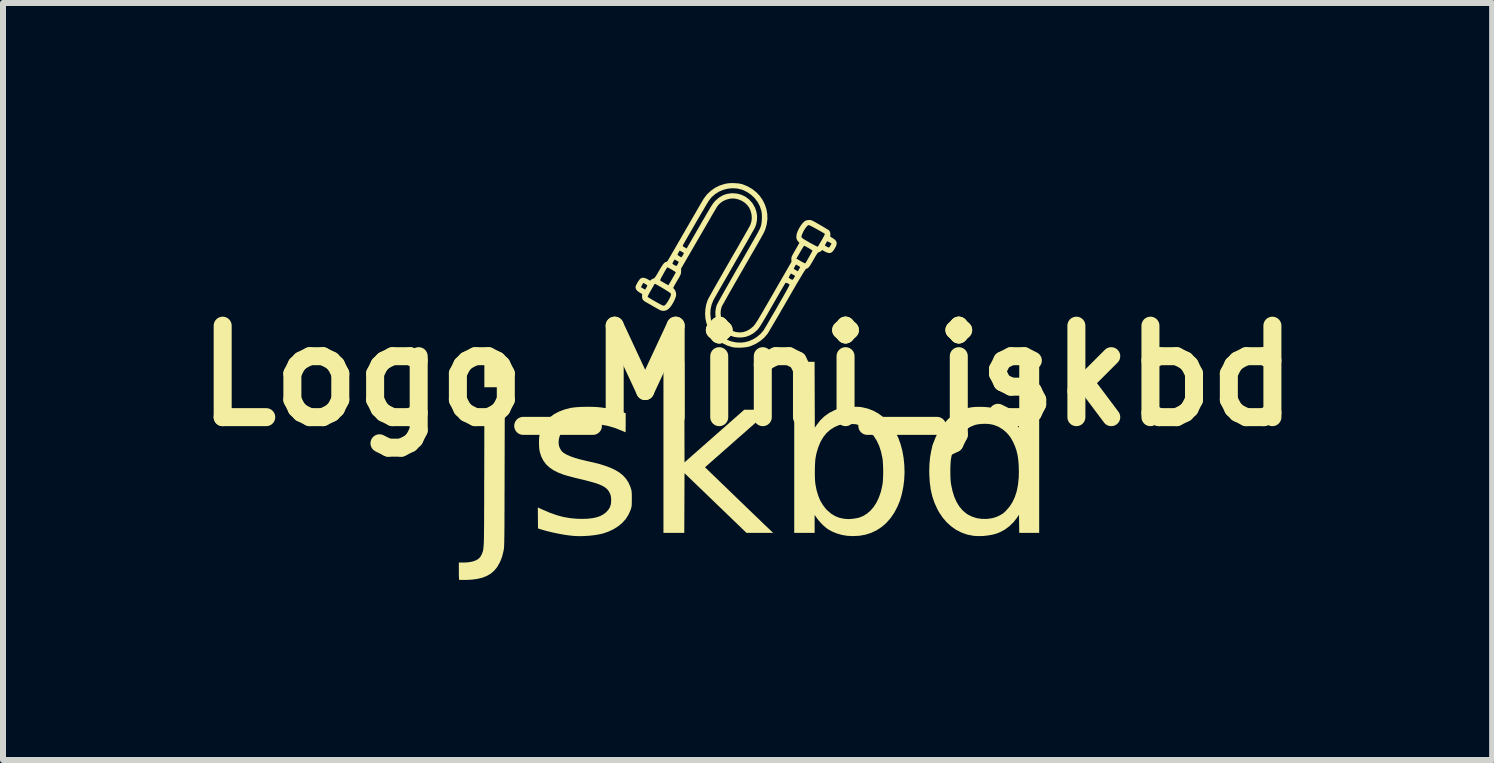
<source format=kicad_pcb>
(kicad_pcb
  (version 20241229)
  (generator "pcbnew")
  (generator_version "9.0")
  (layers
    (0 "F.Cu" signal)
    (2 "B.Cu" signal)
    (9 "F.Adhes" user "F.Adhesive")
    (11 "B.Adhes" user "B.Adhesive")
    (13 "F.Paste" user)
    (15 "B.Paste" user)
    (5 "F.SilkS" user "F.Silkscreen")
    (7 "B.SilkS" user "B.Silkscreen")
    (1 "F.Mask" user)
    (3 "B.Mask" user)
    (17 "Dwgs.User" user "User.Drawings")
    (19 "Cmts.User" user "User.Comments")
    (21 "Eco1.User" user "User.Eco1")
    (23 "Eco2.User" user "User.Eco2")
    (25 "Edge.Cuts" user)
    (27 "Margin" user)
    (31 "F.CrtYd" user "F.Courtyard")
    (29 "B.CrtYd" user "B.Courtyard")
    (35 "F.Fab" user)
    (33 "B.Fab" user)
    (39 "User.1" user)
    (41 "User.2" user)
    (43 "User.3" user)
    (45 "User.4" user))
  (footprint "Logo_Mini_jskbd"
    (layer "F.Cu")
    (at 9.405 3.211)
    (property "Reference" "Logo_Mini_jskbd" (at 0 0 0) (layer "F.SilkS") (effects (font (size 1.524 1.524) (thickness 0.3))))
    (attr board_only exclude_from_pos_files exclude_from_bom)
    (fp_poly (pts (xy -4.046 0.191) (xy -4.385 0.191) (xy -4.385 -0.233) (xy -4.046 -0.233)) (stroke (width 0) (type solid)) (fill yes) (layer "F.SilkS"))
    (fp_poly (pts (xy -1.05 1.442) (xy -0.553 1.004) (xy -0.055 0.566) (xy 0.162 0.566) (xy 0.222 0.566) (xy 0.271 0.566) (xy 0.307 0.566) (xy 0.334 0.567) (xy 0.352 0.568) (xy 0.363 0.569) (xy 0.368 0.572) (xy 0.368 0.574) (xy 0.366 0.578) (xy 0.364 0.579) (xy 0.357 0.585) (xy 0.34 0.601) (xy 0.314 0.624) (xy 0.279 0.654) (xy 0.237 0.691) (xy 0.188 0.735) (xy 0.133 0.783) (xy 0.072 0.837) (xy 0.007 0.894) (xy -0.062 0.955) (xy -0.134 1.018) (xy -0.163 1.043) (xy -0.236 1.108) (xy -0.306 1.17) (xy -0.373 1.229) (xy -0.436 1.284) (xy -0.493 1.335) (xy -0.545 1.38) (xy -0.59 1.42) (xy -0.628 1.453) (xy -0.658 1.48) (xy -0.679 1.498) (xy -0.69 1.508) (xy -0.692 1.51) (xy -0.708 1.525) (xy -0.159 2.055) (xy -0.084 2.127) (xy -0.013 2.196) (xy 0.056 2.262) (xy 0.12 2.324) (xy 0.18 2.381) (xy 0.234 2.434) (xy 0.282 2.48) (xy 0.324 2.52) (xy 0.358 2.552) (xy 0.384 2.577) (xy 0.402 2.594) (xy 0.409 2.601) (xy 0.409 2.601) (xy 0.428 2.617) (xy -0.018 2.617) (xy -0.534 2.12) (xy -1.05 1.623) (xy -1.054 2.617) (xy -1.401 2.617) (xy -1.401 -0.233) (xy -1.054 -0.233)) (stroke (width 0) (type solid)) (fill yes) (layer "F.SilkS"))
    (fp_poly (pts (xy -4.048 1.703) (xy -4.048 1.852) (xy -4.049 1.988) (xy -4.049 2.112) (xy -4.049 2.223) (xy -4.05 2.322) (xy -4.05 2.411) (xy -4.05 2.49) (xy -4.051 2.559) (xy -4.051 2.62) (xy -4.052 2.672) (xy -4.053 2.717) (xy -4.053 2.755) (xy -4.054 2.788) (xy -4.055 2.815) (xy -4.056 2.837) (xy -4.057 2.855) (xy -4.058 2.87) (xy -4.059 2.882) (xy -4.061 2.892) (xy -4.062 2.9) (xy -4.074 2.953) (xy -4.085 2.996) (xy -4.096 3.033) (xy -4.11 3.07) (xy -4.127 3.108) (xy -4.133 3.119) (xy -4.172 3.188) (xy -4.22 3.246) (xy -4.276 3.295) (xy -4.342 3.334) (xy -4.418 3.364) (xy -4.505 3.385) (xy -4.583 3.395) (xy -4.62 3.398) (xy -4.66 3.4) (xy -4.7 3.402) (xy -4.737 3.402) (xy -4.768 3.402) (xy -4.792 3.4) (xy -4.804 3.398) (xy -4.805 3.398) (xy -4.807 3.389) (xy -4.808 3.369) (xy -4.809 3.339) (xy -4.81 3.302) (xy -4.81 3.259) (xy -4.81 3.253) (xy -4.81 3.112) (xy -4.737 3.112) (xy -4.658 3.108) (xy -4.59 3.097) (xy -4.534 3.079) (xy -4.489 3.054) (xy -4.455 3.021) (xy -4.431 2.98) (xy -4.427 2.971) (xy -4.422 2.958) (xy -4.418 2.947) (xy -4.414 2.936) (xy -4.41 2.925) (xy -4.407 2.913) (xy -4.404 2.899) (xy -4.402 2.883) (xy -4.4 2.864) (xy -4.398 2.841) (xy -4.396 2.814) (xy -4.394 2.782) (xy -4.393 2.744) (xy -4.392 2.699) (xy -4.391 2.648) (xy -4.391 2.589) (xy -4.39 2.522) (xy -4.389 2.445) (xy -4.389 2.358) (xy -4.389 2.262) (xy -4.388 2.153) (xy -4.388 2.034) (xy -4.388 1.901) (xy -4.388 1.755) (xy -4.387 1.699) (xy -4.385 0.566) (xy -4.045 0.566)) (stroke (width 0) (type solid)) (fill yes) (layer "F.SilkS"))
    (fp_poly (pts (xy 1.121 0.864) (xy 1.156 0.814) (xy 1.216 0.737) (xy 1.286 0.671) (xy 1.365 0.616) (xy 1.452 0.572) (xy 1.546 0.54) (xy 1.549 0.539) (xy 1.594 0.53) (xy 1.649 0.523) (xy 1.709 0.519) (xy 1.77 0.517) (xy 1.829 0.517) (xy 1.88 0.52) (xy 1.901 0.523) (xy 2.001 0.546) (xy 2.095 0.582) (xy 2.183 0.63) (xy 2.264 0.691) (xy 2.339 0.764) (xy 2.408 0.85) (xy 2.463 0.937) (xy 2.511 1.032) (xy 2.549 1.137) (xy 2.579 1.249) (xy 2.6 1.366) (xy 2.612 1.487) (xy 2.616 1.61) (xy 2.61 1.733) (xy 2.595 1.853) (xy 2.571 1.97) (xy 2.539 2.081) (xy 2.499 2.178) (xy 2.445 2.281) (xy 2.383 2.372) (xy 2.313 2.451) (xy 2.235 2.519) (xy 2.151 2.574) (xy 2.06 2.617) (xy 1.963 2.648) (xy 1.86 2.666) (xy 1.751 2.671) (xy 1.659 2.666) (xy 1.574 2.652) (xy 1.49 2.628) (xy 1.411 2.596) (xy 1.342 2.558) (xy 1.34 2.557) (xy 1.302 2.528) (xy 1.26 2.491) (xy 1.218 2.448) (xy 1.18 2.405) (xy 1.154 2.37) (xy 1.118 2.318) (xy 1.118 2.617) (xy 0.778 2.617) (xy 0.778 1.618) (xy 1.121 1.618) (xy 1.122 1.677) (xy 1.124 1.73) (xy 1.127 1.775) (xy 1.131 1.807) (xy 1.151 1.909) (xy 1.178 1.998) (xy 1.211 2.078) (xy 1.252 2.148) (xy 1.3 2.212) (xy 1.329 2.242) (xy 1.391 2.296) (xy 1.455 2.336) (xy 1.524 2.364) (xy 1.599 2.381) (xy 1.623 2.383) (xy 1.651 2.386) (xy 1.675 2.387) (xy 1.699 2.387) (xy 1.728 2.385) (xy 1.765 2.381) (xy 1.778 2.38) (xy 1.854 2.365) (xy 1.925 2.337) (xy 1.99 2.297) (xy 2.05 2.245) (xy 2.103 2.183) (xy 2.15 2.109) (xy 2.189 2.026) (xy 2.221 1.934) (xy 2.244 1.833) (xy 2.251 1.792) (xy 2.255 1.748) (xy 2.258 1.695) (xy 2.26 1.634) (xy 2.26 1.571) (xy 2.258 1.508) (xy 2.255 1.449) (xy 2.251 1.398) (xy 2.247 1.369) (xy 2.224 1.264) (xy 2.193 1.168) (xy 2.153 1.082) (xy 2.105 1.006) (xy 2.049 0.942) (xy 1.986 0.888) (xy 1.915 0.846) (xy 1.857 0.822) (xy 1.833 0.815) (xy 1.813 0.81) (xy 1.792 0.806) (xy 1.767 0.805) (xy 1.734 0.804) (xy 1.691 0.803) (xy 1.691 0.803) (xy 1.647 0.804) (xy 1.615 0.805) (xy 1.59 0.806) (xy 1.568 0.81) (xy 1.548 0.815) (xy 1.525 0.822) (xy 1.524 0.822) (xy 1.446 0.856) (xy 1.376 0.901) (xy 1.313 0.957) (xy 1.26 1.025) (xy 1.214 1.104) (xy 1.177 1.195) (xy 1.147 1.297) (xy 1.134 1.365) (xy 1.129 1.4) (xy 1.126 1.446) (xy 1.123 1.5) (xy 1.122 1.559) (xy 1.121 1.618) (xy 0.778 1.618) (xy 0.778 -0.233) (xy 1.117 -0.233)) (stroke (width 0) (type solid)) (fill yes) (layer "F.SilkS"))
    (fp_poly (pts (xy 4.859 2.617) (xy 4.527 2.617) (xy 4.525 2.467) (xy 4.523 2.316) (xy 4.492 2.362) (xy 4.431 2.44) (xy 4.362 2.507) (xy 4.285 2.564) (xy 4.202 2.608) (xy 4.149 2.629) (xy 4.083 2.647) (xy 4.008 2.66) (xy 3.93 2.669) (xy 3.852 2.671) (xy 3.779 2.668) (xy 3.763 2.666) (xy 3.663 2.647) (xy 3.569 2.614) (xy 3.479 2.569) (xy 3.397 2.512) (xy 3.32 2.443) (xy 3.251 2.363) (xy 3.19 2.272) (xy 3.16 2.216) (xy 3.114 2.115) (xy 3.078 2.008) (xy 3.052 1.894) (xy 3.036 1.773) (xy 3.028 1.642) (xy 3.028 1.613) (xy 3.379 1.613) (xy 3.38 1.677) (xy 3.383 1.737) (xy 3.388 1.787) (xy 3.391 1.807) (xy 3.414 1.917) (xy 3.444 2.015) (xy 3.482 2.101) (xy 3.527 2.175) (xy 3.58 2.239) (xy 3.641 2.292) (xy 3.676 2.315) (xy 3.745 2.349) (xy 3.82 2.372) (xy 3.902 2.384) (xy 3.986 2.385) (xy 4.071 2.374) (xy 4.078 2.372) (xy 4.12 2.361) (xy 4.166 2.343) (xy 4.211 2.321) (xy 4.247 2.3) (xy 4.263 2.288) (xy 4.284 2.269) (xy 4.306 2.249) (xy 4.306 2.248) (xy 4.365 2.181) (xy 4.414 2.105) (xy 4.454 2.019) (xy 4.485 1.923) (xy 4.506 1.817) (xy 4.518 1.701) (xy 4.521 1.599) (xy 4.518 1.496) (xy 4.511 1.404) (xy 4.499 1.322) (xy 4.481 1.246) (xy 4.456 1.174) (xy 4.427 1.108) (xy 4.401 1.06) (xy 4.376 1.019) (xy 4.348 0.983) (xy 4.313 0.945) (xy 4.304 0.936) (xy 4.245 0.888) (xy 4.178 0.848) (xy 4.105 0.82) (xy 4.06 0.809) (xy 4.007 0.802) (xy 3.947 0.8) (xy 3.887 0.803) (xy 3.83 0.81) (xy 3.788 0.82) (xy 3.712 0.851) (xy 3.643 0.895) (xy 3.581 0.949) (xy 3.526 1.015) (xy 3.48 1.092) (xy 3.441 1.179) (xy 3.411 1.277) (xy 3.391 1.377) (xy 3.385 1.425) (xy 3.381 1.483) (xy 3.379 1.547) (xy 3.379 1.613) (xy 3.028 1.613) (xy 3.027 1.593) (xy 3.031 1.465) (xy 3.043 1.347) (xy 3.063 1.237) (xy 3.092 1.133) (xy 3.13 1.033) (xy 3.155 0.98) (xy 3.208 0.886) (xy 3.27 0.8) (xy 3.339 0.724) (xy 3.416 0.659) (xy 3.499 0.605) (xy 3.586 0.564) (xy 3.593 0.561) (xy 3.648 0.543) (xy 3.701 0.53) (xy 3.758 0.522) (xy 3.82 0.518) (xy 3.892 0.518) (xy 3.904 0.518) (xy 3.954 0.52) (xy 3.994 0.523) (xy 4.027 0.527) (xy 4.057 0.532) (xy 4.089 0.54) (xy 4.091 0.54) (xy 4.183 0.571) (xy 4.269 0.613) (xy 4.347 0.666) (xy 4.416 0.728) (xy 4.475 0.799) (xy 4.49 0.822) (xy 4.504 0.842) (xy 4.515 0.857) (xy 4.522 0.863) (xy 4.522 0.863) (xy 4.522 0.856) (xy 4.523 0.836) (xy 4.524 0.804) (xy 4.525 0.761) (xy 4.525 0.708) (xy 4.526 0.647) (xy 4.526 0.578) (xy 4.527 0.502) (xy 4.527 0.421) (xy 4.527 0.335) (xy 4.527 0.315) (xy 4.527 -0.233) (xy 4.859 -0.233)) (stroke (width 0) (type solid)) (fill yes) (layer "F.SilkS"))
    (fp_poly (pts (xy -2.564 0.518) (xy -2.497 0.522) (xy -2.448 0.527) (xy -2.339 0.542) (xy -2.241 0.56) (xy -2.15 0.584) (xy -2.071 0.609) (xy -2.03 0.624) (xy -2.03 0.782) (xy -2.03 0.828) (xy -2.031 0.869) (xy -2.031 0.902) (xy -2.032 0.926) (xy -2.033 0.939) (xy -2.033 0.941) (xy -2.041 0.938) (xy -2.058 0.931) (xy -2.082 0.92) (xy -2.099 0.913) (xy -2.217 0.867) (xy -2.336 0.833) (xy -2.458 0.811) (xy -2.586 0.801) (xy -2.652 0.799) (xy -2.751 0.803) (xy -2.84 0.814) (xy -2.918 0.831) (xy -2.986 0.856) (xy -3.042 0.887) (xy -3.082 0.921) (xy -3.11 0.96) (xy -3.131 1.007) (xy -3.144 1.059) (xy -3.148 1.113) (xy -3.142 1.164) (xy -3.134 1.189) (xy -3.121 1.217) (xy -3.104 1.245) (xy -3.095 1.257) (xy -3.063 1.285) (xy -3.018 1.312) (xy -2.959 1.339) (xy -2.886 1.365) (xy -2.799 1.391) (xy -2.698 1.415) (xy -2.684 1.419) (xy -2.62 1.433) (xy -2.566 1.445) (xy -2.521 1.456) (xy -2.482 1.466) (xy -2.447 1.476) (xy -2.412 1.487) (xy -2.381 1.497) (xy -2.285 1.532) (xy -2.203 1.571) (xy -2.132 1.614) (xy -2.073 1.662) (xy -2.024 1.717) (xy -1.984 1.778) (xy -1.954 1.846) (xy -1.944 1.874) (xy -1.938 1.896) (xy -1.933 1.915) (xy -1.931 1.936) (xy -1.929 1.962) (xy -1.928 1.996) (xy -1.928 2.039) (xy -1.928 2.051) (xy -1.928 2.097) (xy -1.929 2.132) (xy -1.93 2.159) (xy -1.933 2.18) (xy -1.937 2.199) (xy -1.943 2.218) (xy -1.946 2.229) (xy -1.981 2.31) (xy -2.027 2.383) (xy -2.085 2.449) (xy -2.154 2.507) (xy -2.234 2.557) (xy -2.324 2.599) (xy -2.406 2.627) (xy -2.471 2.642) (xy -2.546 2.655) (xy -2.629 2.664) (xy -2.714 2.67) (xy -2.799 2.672) (xy -2.88 2.669) (xy -2.916 2.666) (xy -2.989 2.658) (xy -3.07 2.646) (xy -3.156 2.63) (xy -3.242 2.612) (xy -3.326 2.592) (xy -3.402 2.571) (xy -3.452 2.556) (xy -3.491 2.543) (xy -3.493 2.368) (xy -3.494 2.194) (xy -3.404 2.235) (xy -3.286 2.285) (xy -3.174 2.324) (xy -3.065 2.353) (xy -2.956 2.372) (xy -2.846 2.382) (xy -2.762 2.384) (xy -2.669 2.382) (xy -2.588 2.373) (xy -2.518 2.359) (xy -2.457 2.338) (xy -2.404 2.31) (xy -2.36 2.277) (xy -2.32 2.234) (xy -2.292 2.188) (xy -2.276 2.135) (xy -2.272 2.075) (xy -2.272 2.053) (xy -2.276 2.016) (xy -2.282 1.987) (xy -2.293 1.959) (xy -2.298 1.949) (xy -2.314 1.921) (xy -2.333 1.896) (xy -2.357 1.873) (xy -2.386 1.852) (xy -2.422 1.832) (xy -2.466 1.812) (xy -2.518 1.793) (xy -2.581 1.774) (xy -2.655 1.754) (xy -2.741 1.732) (xy -2.801 1.718) (xy -2.855 1.705) (xy -2.91 1.691) (xy -2.963 1.677) (xy -3.01 1.664) (xy -3.048 1.653) (xy -3.066 1.647) (xy -3.157 1.612) (xy -3.236 1.572) (xy -3.302 1.526) (xy -3.357 1.474) (xy -3.402 1.414) (xy -3.436 1.347) (xy -3.459 1.277) (xy -3.468 1.233) (xy -3.473 1.18) (xy -3.475 1.123) (xy -3.474 1.066) (xy -3.47 1.013) (xy -3.464 0.979) (xy -3.439 0.895) (xy -3.402 0.819) (xy -3.353 0.751) (xy -3.293 0.691) (xy -3.222 0.639) (xy -3.14 0.596) (xy -3.047 0.561) (xy -2.952 0.537) (xy -2.904 0.529) (xy -2.845 0.523) (xy -2.779 0.519) (xy -2.708 0.517) (xy -2.635 0.517)) (stroke (width 0) (type solid)) (fill yes) (layer "F.SilkS"))
    (fp_poly (pts (xy -0.204 -3.209) (xy -0.145 -3.204) (xy -0.094 -3.194) (xy -0.081 -3.19) (xy 0.002 -3.156) (xy 0.078 -3.112) (xy 0.145 -3.059) (xy 0.203 -2.998) (xy 0.251 -2.929) (xy 0.288 -2.855) (xy 0.314 -2.777) (xy 0.329 -2.694) (xy 0.331 -2.61) (xy 0.32 -2.525) (xy 0.301 -2.456) (xy 0.297 -2.445) (xy 0.294 -2.435) (xy 0.29 -2.425) (xy 0.286 -2.415) (xy 0.28 -2.402) (xy 0.273 -2.388) (xy 0.264 -2.37) (xy 0.253 -2.349) (xy 0.238 -2.323) (xy 0.221 -2.291) (xy 0.199 -2.254) (xy 0.174 -2.209) (xy 0.144 -2.157) (xy 0.109 -2.096) (xy 0.068 -2.026) (xy 0.022 -1.945) (xy -0.031 -1.854) (xy -0.08 -1.768) (xy -0.129 -1.684) (xy -0.175 -1.603) (xy -0.22 -1.526) (xy -0.261 -1.453) (xy -0.3 -1.386) (xy -0.334 -1.325) (xy -0.364 -1.271) (xy -0.389 -1.226) (xy -0.409 -1.191) (xy -0.423 -1.165) (xy -0.43 -1.151) (xy -0.431 -1.149) (xy -0.445 -1.097) (xy -0.449 -1.04) (xy -0.443 -0.981) (xy -0.426 -0.924) (xy -0.4 -0.871) (xy -0.4 -0.871) (xy -0.362 -0.823) (xy -0.314 -0.782) (xy -0.258 -0.751) (xy -0.198 -0.73) (xy -0.137 -0.722) (xy -0.131 -0.722) (xy -0.072 -0.728) (xy -0.014 -0.747) (xy 0.041 -0.778) (xy 0.091 -0.819) (xy 0.092 -0.82) (xy 0.101 -0.829) (xy 0.11 -0.84) (xy 0.119 -0.852) (xy 0.131 -0.868) (xy 0.143 -0.887) (xy 0.159 -0.91) (xy 0.177 -0.939) (xy 0.198 -0.975) (xy 0.223 -1.017) (xy 0.253 -1.067) (xy 0.287 -1.127) (xy 0.327 -1.195) (xy 0.372 -1.274) (xy 0.425 -1.365) (xy 0.435 -1.383) (xy 0.581 -1.637) (xy 0.686 -1.637) (xy 0.692 -1.63) (xy 0.706 -1.619) (xy 0.723 -1.609) (xy 0.739 -1.601) (xy 0.747 -1.599) (xy 0.755 -1.604) (xy 0.767 -1.619) (xy 0.774 -1.631) (xy 0.785 -1.649) (xy 0.79 -1.662) (xy 0.791 -1.665) (xy 0.784 -1.67) (xy 0.769 -1.679) (xy 0.756 -1.686) (xy 0.723 -1.705) (xy 0.704 -1.674) (xy 0.694 -1.655) (xy 0.687 -1.641) (xy 0.686 -1.637) (xy 0.581 -1.637) (xy 0.667 -1.785) (xy 0.771 -1.785) (xy 0.777 -1.779) (xy 0.791 -1.768) (xy 0.804 -1.76) (xy 0.838 -1.741) (xy 0.857 -1.774) (xy 0.868 -1.793) (xy 0.875 -1.807) (xy 0.877 -1.811) (xy 0.871 -1.816) (xy 0.857 -1.825) (xy 0.842 -1.834) (xy 0.807 -1.854) (xy 0.789 -1.823) (xy 0.779 -1.804) (xy 0.772 -1.79) (xy 0.771 -1.785) (xy 0.667 -1.785) (xy 0.732 -1.899) (xy 0.73 -1.938) (xy 0.73 -1.952) (xy 0.73 -1.952) (xy 0.814 -1.952) (xy 0.886 -1.91) (xy 0.915 -1.894) (xy 0.939 -1.882) (xy 0.955 -1.874) (xy 0.963 -1.873) (xy 0.967 -1.881) (xy 0.978 -1.898) (xy 0.993 -1.924) (xy 1.011 -1.955) (xy 1.024 -1.979) (xy 1.044 -2.013) (xy 1.06 -2.043) (xy 1.073 -2.066) (xy 1.081 -2.081) (xy 1.082 -2.085) (xy 1.076 -2.091) (xy 1.061 -2.101) (xy 1.04 -2.114) (xy 1.015 -2.129) (xy 0.99 -2.143) (xy 0.967 -2.156) (xy 0.95 -2.164) (xy 0.942 -2.167) (xy 0.938 -2.161) (xy 0.927 -2.144) (xy 0.912 -2.12) (xy 0.893 -2.089) (xy 0.876 -2.059) (xy 0.814 -1.952) (xy 0.73 -1.952) (xy 0.73 -1.964) (xy 0.734 -1.978) (xy 0.74 -1.994) (xy 0.75 -2.014) (xy 0.766 -2.043) (xy 0.787 -2.08) (xy 0.796 -2.096) (xy 0.864 -2.214) (xy 0.842 -2.239) (xy 0.825 -2.262) (xy 0.816 -2.284) (xy 0.814 -2.312) (xy 0.814 -2.316) (xy 0.899 -2.316) (xy 0.903 -2.302) (xy 0.904 -2.301) (xy 0.912 -2.294) (xy 0.93 -2.281) (xy 0.956 -2.265) (xy 0.987 -2.247) (xy 1.021 -2.227) (xy 1.056 -2.207) (xy 1.09 -2.189) (xy 1.121 -2.172) (xy 1.146 -2.16) (xy 1.163 -2.152) (xy 1.17 -2.15) (xy 1.175 -2.158) (xy 1.184 -2.173) (xy 1.287 -2.173) (xy 1.317 -2.154) (xy 1.336 -2.144) (xy 1.351 -2.137) (xy 1.355 -2.136) (xy 1.363 -2.142) (xy 1.373 -2.157) (xy 1.381 -2.17) (xy 1.4 -2.204) (xy 1.364 -2.224) (xy 1.345 -2.234) (xy 1.331 -2.24) (xy 1.327 -2.241) (xy 1.322 -2.234) (xy 1.313 -2.219) (xy 1.306 -2.206) (xy 1.287 -2.173) (xy 1.184 -2.173) (xy 1.187 -2.176) (xy 1.202 -2.202) (xy 1.221 -2.234) (xy 1.235 -2.258) (xy 1.254 -2.292) (xy 1.27 -2.321) (xy 1.282 -2.345) (xy 1.288 -2.36) (xy 1.289 -2.364) (xy 1.278 -2.371) (xy 1.258 -2.384) (xy 1.231 -2.4) (xy 1.198 -2.418) (xy 1.163 -2.438) (xy 1.127 -2.458) (xy 1.093 -2.476) (xy 1.063 -2.492) (xy 1.039 -2.503) (xy 1.025 -2.51) (xy 1.021 -2.511) (xy 1.005 -2.505) (xy 0.985 -2.487) (xy 0.964 -2.459) (xy 0.941 -2.423) (xy 0.926 -2.395) (xy 0.91 -2.36) (xy 0.901 -2.334) (xy 0.899 -2.316) (xy 0.814 -2.316) (xy 0.815 -2.338) (xy 0.822 -2.373) (xy 0.837 -2.413) (xy 0.858 -2.456) (xy 0.883 -2.497) (xy 0.91 -2.534) (xy 0.938 -2.564) (xy 0.964 -2.583) (xy 0.988 -2.591) (xy 1.018 -2.595) (xy 1.026 -2.596) (xy 1.039 -2.595) (xy 1.051 -2.594) (xy 1.065 -2.59) (xy 1.081 -2.584) (xy 1.102 -2.573) (xy 1.13 -2.558) (xy 1.166 -2.537) (xy 1.206 -2.514) (xy 1.247 -2.49) (xy 1.285 -2.468) (xy 1.317 -2.448) (xy 1.342 -2.433) (xy 1.357 -2.423) (xy 1.36 -2.42) (xy 1.373 -2.399) (xy 1.38 -2.371) (xy 1.38 -2.344) (xy 1.379 -2.339) (xy 1.377 -2.328) (xy 1.38 -2.319) (xy 1.391 -2.31) (xy 1.412 -2.298) (xy 1.449 -2.273) (xy 1.473 -2.248) (xy 1.484 -2.221) (xy 1.484 -2.19) (xy 1.471 -2.153) (xy 1.453 -2.12) (xy 1.428 -2.082) (xy 1.403 -2.057) (xy 1.377 -2.046) (xy 1.347 -2.046) (xy 1.312 -2.058) (xy 1.29 -2.069) (xy 1.244 -2.095) (xy 1.223 -2.076) (xy 1.206 -2.065) (xy 1.191 -2.059) (xy 1.188 -2.058) (xy 1.182 -2.057) (xy 1.176 -2.054) (xy 1.168 -2.046) (xy 1.159 -2.033) (xy 1.146 -2.013) (xy 1.128 -1.984) (xy 1.106 -1.946) (xy 1.086 -1.911) (xy 1.062 -1.87) (xy 1.043 -1.839) (xy 1.027 -1.817) (xy 1.014 -1.802) (xy 1.001 -1.792) (xy 0.987 -1.786) (xy 0.978 -1.783) (xy 0.973 -1.78) (xy 0.967 -1.772) (xy 0.957 -1.759) (xy 0.944 -1.739) (xy 0.927 -1.713) (xy 0.907 -1.679) (xy 0.882 -1.637) (xy 0.852 -1.587) (xy 0.816 -1.527) (xy 0.775 -1.456) (xy 0.728 -1.375) (xy 0.675 -1.283) (xy 0.658 -1.254) (xy 0.612 -1.174) (xy 0.567 -1.097) (xy 0.525 -1.023) (xy 0.485 -0.955) (xy 0.448 -0.893) (xy 0.415 -0.837) (xy 0.387 -0.789) (xy 0.364 -0.75) (xy 0.346 -0.72) (xy 0.334 -0.701) (xy 0.33 -0.695) (xy 0.277 -0.634) (xy 0.213 -0.58) (xy 0.141 -0.534) (xy 0.061 -0.498) (xy 0.032 -0.488) (xy -0.005 -0.479) (xy -0.051 -0.473) (xy -0.103 -0.469) (xy -0.155 -0.468) (xy -0.203 -0.47) (xy -0.244 -0.475) (xy -0.252 -0.477) (xy -0.337 -0.503) (xy -0.417 -0.542) (xy -0.489 -0.592) (xy -0.554 -0.652) (xy -0.609 -0.721) (xy -0.653 -0.798) (xy -0.686 -0.881) (xy -0.701 -0.95) (xy -0.707 -1.026) (xy -0.703 -1.104) (xy -0.69 -1.181) (xy -0.668 -1.252) (xy -0.662 -1.266) (xy -0.655 -1.28) (xy -0.642 -1.305) (xy -0.622 -1.34) (xy -0.597 -1.385) (xy -0.568 -1.438) (xy -0.533 -1.499) (xy -0.495 -1.566) (xy -0.453 -1.639) (xy -0.409 -1.716) (xy -0.363 -1.797) (xy -0.314 -1.881) (xy -0.308 -1.892) (xy -0.26 -1.976) (xy -0.213 -2.057) (xy -0.168 -2.134) (xy -0.127 -2.207) (xy -0.088 -2.275) (xy -0.053 -2.335) (xy -0.023 -2.389) (xy 0.003 -2.434) (xy 0.023 -2.47) (xy 0.037 -2.495) (xy 0.044 -2.51) (xy 0.045 -2.511) (xy 0.064 -2.567) (xy 0.071 -2.628) (xy 0.066 -2.691) (xy 0.049 -2.753) (xy 0.03 -2.796) (xy -0.004 -2.844) (xy -0.048 -2.885) (xy -0.099 -2.917) (xy -0.156 -2.94) (xy -0.216 -2.953) (xy -0.275 -2.953) (xy -0.292 -2.951) (xy -0.354 -2.935) (xy -0.41 -2.909) (xy -0.459 -2.874) (xy -0.498 -2.832) (xy -0.501 -2.827) (xy -0.508 -2.816) (xy -0.521 -2.795) (xy -0.54 -2.762) (xy -0.565 -2.721) (xy -0.594 -2.671) (xy -0.627 -2.614) (xy -0.664 -2.55) (xy -0.704 -2.481) (xy -0.747 -2.407) (xy -0.792 -2.33) (xy -0.814 -2.292) (xy -1.107 -1.786) (xy -1.107 -1.74) (xy -1.108 -1.723) (xy -1.109 -1.709) (xy -1.113 -1.695) (xy -1.12 -1.678) (xy -1.13 -1.657) (xy -1.146 -1.628) (xy -1.168 -1.591) (xy -1.173 -1.583) (xy -1.194 -1.547) (xy -1.212 -1.516) (xy -1.226 -1.49) (xy -1.235 -1.473) (xy -1.238 -1.466) (xy -1.233 -1.457) (xy -1.224 -1.447) (xy -1.207 -1.424) (xy -1.195 -1.393) (xy -1.19 -1.359) (xy -1.19 -1.34) (xy -1.197 -1.312) (xy -1.21 -1.277) (xy -1.228 -1.238) (xy -1.25 -1.199) (xy -1.272 -1.164) (xy -1.292 -1.139) (xy -1.322 -1.11) (xy -1.35 -1.092) (xy -1.381 -1.084) (xy -1.406 -1.082) (xy -1.42 -1.083) (xy -1.434 -1.086) (xy -1.451 -1.092) (xy -1.473 -1.102) (xy -1.502 -1.118) (xy -1.54 -1.14) (xy -1.546 -1.143) (xy -1.584 -1.165) (xy -1.62 -1.186) (xy -1.652 -1.204) (xy -1.677 -1.218) (xy -1.687 -1.224) (xy -1.72 -1.244) (xy -1.74 -1.263) (xy -1.752 -1.282) (xy -1.757 -1.306) (xy -1.757 -1.317) (xy -1.664 -1.317) (xy -1.664 -1.314) (xy -1.654 -1.307) (xy -1.634 -1.295) (xy -1.608 -1.279) (xy -1.576 -1.26) (xy -1.541 -1.24) (xy -1.506 -1.22) (xy -1.473 -1.202) (xy -1.444 -1.186) (xy -1.421 -1.175) (xy -1.408 -1.168) (xy -1.405 -1.168) (xy -1.388 -1.17) (xy -1.379 -1.174) (xy -1.367 -1.185) (xy -1.351 -1.205) (xy -1.333 -1.231) (xy -1.315 -1.261) (xy -1.299 -1.289) (xy -1.287 -1.315) (xy -1.284 -1.322) (xy -1.277 -1.344) (xy -1.276 -1.358) (xy -1.279 -1.369) (xy -1.283 -1.375) (xy -1.291 -1.382) (xy -1.308 -1.394) (xy -1.334 -1.411) (xy -1.364 -1.43) (xy -1.398 -1.451) (xy -1.432 -1.471) (xy -1.466 -1.491) (xy -1.496 -1.508) (xy -1.521 -1.522) (xy -1.539 -1.531) (xy -1.546 -1.533) (xy -1.546 -1.533) (xy -1.551 -1.526) (xy -1.561 -1.509) (xy -1.575 -1.484) (xy -1.593 -1.453) (xy -1.609 -1.425) (xy -1.631 -1.387) (xy -1.648 -1.355) (xy -1.659 -1.331) (xy -1.664 -1.317) (xy -1.757 -1.317) (xy -1.757 -1.322) (xy -1.756 -1.362) (xy -1.8 -1.388) (xy -1.836 -1.414) (xy -1.858 -1.442) (xy -1.866 -1.471) (xy -1.866 -1.475) (xy -1.774 -1.475) (xy -1.767 -1.47) (xy -1.753 -1.462) (xy -1.735 -1.452) (xy -1.719 -1.442) (xy -1.708 -1.437) (xy -1.707 -1.436) (xy -1.703 -1.441) (xy -1.694 -1.455) (xy -1.687 -1.467) (xy -1.677 -1.485) (xy -1.67 -1.5) (xy -1.669 -1.504) (xy -1.675 -1.51) (xy -1.69 -1.521) (xy -1.703 -1.529) (xy -1.737 -1.548) (xy -1.757 -1.513) (xy -1.767 -1.493) (xy -1.773 -1.479) (xy -1.774 -1.475) (xy -1.866 -1.475) (xy -1.865 -1.487) (xy -1.858 -1.507) (xy -1.844 -1.534) (xy -1.828 -1.563) (xy -1.81 -1.59) (xy -1.793 -1.611) (xy -1.785 -1.619) (xy -1.757 -1.632) (xy -1.724 -1.632) (xy -1.686 -1.62) (xy -1.666 -1.609) (xy -1.624 -1.585) (xy -1.619 -1.589) (xy -1.457 -1.589) (xy -1.457 -1.589) (xy -1.449 -1.584) (xy -1.433 -1.573) (xy -1.411 -1.56) (xy -1.386 -1.546) (xy -1.361 -1.531) (xy -1.339 -1.52) (xy -1.324 -1.511) (xy -1.318 -1.509) (xy -1.314 -1.515) (xy -1.305 -1.532) (xy -1.29 -1.556) (xy -1.272 -1.587) (xy -1.256 -1.615) (xy -1.236 -1.65) (xy -1.219 -1.68) (xy -1.206 -1.704) (xy -1.198 -1.72) (xy -1.195 -1.725) (xy -1.201 -1.73) (xy -1.216 -1.74) (xy -1.238 -1.753) (xy -1.262 -1.768) (xy -1.288 -1.783) (xy -1.31 -1.795) (xy -1.327 -1.804) (xy -1.335 -1.807) (xy -1.341 -1.801) (xy -1.351 -1.786) (xy -1.366 -1.762) (xy -1.383 -1.733) (xy -1.4 -1.702) (xy -1.418 -1.67) (xy -1.434 -1.641) (xy -1.446 -1.616) (xy -1.455 -1.598) (xy -1.457 -1.589) (xy -1.619 -1.589) (xy -1.603 -1.602) (xy -1.583 -1.614) (xy -1.565 -1.622) (xy -1.563 -1.622) (xy -1.555 -1.626) (xy -1.546 -1.635) (xy -1.533 -1.652) (xy -1.517 -1.677) (xy -1.497 -1.711) (xy -1.476 -1.747) (xy -1.447 -1.796) (xy -1.424 -1.833) (xy -1.405 -1.861) (xy -1.397 -1.869) (xy -1.252 -1.869) (xy -1.246 -1.862) (xy -1.232 -1.852) (xy -1.218 -1.844) (xy -1.2 -1.834) (xy -1.188 -1.831) (xy -1.179 -1.836) (xy -1.169 -1.851) (xy -1.159 -1.87) (xy -1.151 -1.887) (xy -1.147 -1.897) (xy -1.147 -1.899) (xy -1.154 -1.903) (xy -1.169 -1.912) (xy -1.182 -1.919) (xy -1.215 -1.938) (xy -1.234 -1.907) (xy -1.244 -1.888) (xy -1.251 -1.873) (xy -1.252 -1.869) (xy -1.397 -1.869) (xy -1.389 -1.879) (xy -1.375 -1.89) (xy -1.363 -1.895) (xy -1.357 -1.896) (xy -1.345 -1.901) (xy -1.331 -1.916) (xy -1.327 -1.922) (xy -1.321 -1.932) (xy -1.308 -1.954) (xy -1.289 -1.986) (xy -1.271 -2.017) (xy -1.167 -2.017) (xy -1.162 -2.011) (xy -1.149 -2.001) (xy -1.132 -1.99) (xy -1.116 -1.98) (xy -1.105 -1.974) (xy -1.103 -1.974) (xy -1.098 -1.979) (xy -1.088 -1.993) (xy -1.08 -2.006) (xy -1.069 -2.024) (xy -1.062 -2.038) (xy -1.061 -2.043) (xy -1.067 -2.049) (xy -1.082 -2.058) (xy -1.096 -2.067) (xy -1.131 -2.086) (xy -1.149 -2.054) (xy -1.159 -2.035) (xy -1.166 -2.021) (xy -1.167 -2.017) (xy -1.271 -2.017) (xy -1.266 -2.027) (xy -1.237 -2.076) (xy -1.204 -2.133) (xy -1.182 -2.171) (xy -1.079 -2.171) (xy -1.078 -2.161) (xy -1.066 -2.15) (xy -1.05 -2.141) (xy -1.031 -2.13) (xy -1.018 -2.123) (xy -1.015 -2.122) (xy -1.011 -2.128) (xy -1.001 -2.145) (xy -0.985 -2.172) (xy -0.964 -2.209) (xy -0.938 -2.253) (xy -0.908 -2.305) (xy -0.875 -2.362) (xy -0.839 -2.425) (xy -0.801 -2.491) (xy -0.798 -2.495) (xy -0.754 -2.573) (xy -0.715 -2.639) (xy -0.683 -2.695) (xy -0.655 -2.742) (xy -0.632 -2.781) (xy -0.613 -2.813) (xy -0.596 -2.839) (xy -0.582 -2.86) (xy -0.57 -2.877) (xy -0.559 -2.891) (xy -0.548 -2.903) (xy -0.537 -2.915) (xy -0.531 -2.922) (xy -0.473 -2.971) (xy -0.412 -3.007) (xy -0.345 -3.03) (xy -0.273 -3.041) (xy -0.245 -3.041) (xy -0.17 -3.035) (xy -0.099 -3.015) (xy -0.034 -2.983) (xy 0.025 -2.939) (xy 0.075 -2.884) (xy 0.088 -2.866) (xy 0.124 -2.802) (xy 0.148 -2.733) (xy 0.159 -2.661) (xy 0.157 -2.59) (xy 0.143 -2.52) (xy 0.125 -2.473) (xy 0.119 -2.462) (xy 0.107 -2.439) (xy 0.088 -2.406) (xy 0.064 -2.364) (xy 0.035 -2.312) (xy 0.002 -2.254) (xy -0.036 -2.188) (xy -0.077 -2.117) (xy -0.121 -2.041) (xy -0.167 -1.961) (xy -0.215 -1.878) (xy -0.222 -1.865) (xy -0.27 -1.782) (xy -0.316 -1.701) (xy -0.36 -1.625) (xy -0.402 -1.553) (xy -0.44 -1.487) (xy -0.474 -1.427) (xy -0.504 -1.375) (xy -0.528 -1.332) (xy -0.548 -1.298) (xy -0.561 -1.274) (xy -0.568 -1.261) (xy -0.569 -1.26) (xy -0.599 -1.185) (xy -0.616 -1.108) (xy -0.62 -1.029) (xy -0.612 -0.951) (xy -0.591 -0.875) (xy -0.558 -0.803) (xy -0.513 -0.737) (xy -0.478 -0.698) (xy -0.414 -0.643) (xy -0.343 -0.601) (xy -0.268 -0.572) (xy -0.189 -0.556) (xy -0.106 -0.553) (xy -0.05 -0.559) (xy 0.022 -0.577) (xy 0.092 -0.608) (xy 0.157 -0.648) (xy 0.215 -0.697) (xy 0.263 -0.752) (xy 0.268 -0.759) (xy 0.275 -0.77) (xy 0.288 -0.793) (xy 0.308 -0.825) (xy 0.332 -0.866) (xy 0.36 -0.915) (xy 0.392 -0.97) (xy 0.427 -1.03) (xy 0.465 -1.094) (xy 0.498 -1.152) (xy 0.544 -1.233) (xy 0.584 -1.302) (xy 0.617 -1.36) (xy 0.644 -1.408) (xy 0.665 -1.447) (xy 0.681 -1.477) (xy 0.692 -1.499) (xy 0.698 -1.513) (xy 0.699 -1.521) (xy 0.699 -1.522) (xy 0.671 -1.539) (xy 0.649 -1.548) (xy 0.634 -1.549) (xy 0.631 -1.547) (xy 0.627 -1.54) (xy 0.616 -1.521) (xy 0.599 -1.492) (xy 0.577 -1.454) (xy 0.55 -1.409) (xy 0.52 -1.356) (xy 0.486 -1.298) (xy 0.45 -1.235) (xy 0.413 -1.171) (xy 0.368 -1.093) (xy 0.33 -1.026) (xy 0.297 -0.97) (xy 0.269 -0.923) (xy 0.246 -0.884) (xy 0.226 -0.852) (xy 0.21 -0.827) (xy 0.196 -0.806) (xy 0.184 -0.79) (xy 0.173 -0.776) (xy 0.163 -0.764) (xy 0.156 -0.757) (xy 0.099 -0.709) (xy 0.038 -0.674) (xy -0.027 -0.65) (xy -0.093 -0.639) (xy -0.159 -0.638) (xy -0.225 -0.648) (xy -0.288 -0.669) (xy -0.347 -0.7) (xy -0.4 -0.74) (xy -0.448 -0.789) (xy -0.487 -0.848) (xy -0.516 -0.914) (xy -0.527 -0.951) (xy -0.535 -1.007) (xy -0.536 -1.069) (xy -0.527 -1.129) (xy -0.515 -1.174) (xy -0.509 -1.187) (xy -0.496 -1.211) (xy -0.478 -1.245) (xy -0.454 -1.289) (xy -0.425 -1.341) (xy -0.391 -1.401) (xy -0.353 -1.468) (xy -0.312 -1.54) (xy -0.268 -1.617) (xy -0.222 -1.698) (xy -0.174 -1.782) (xy -0.161 -1.804) (xy -0.103 -1.905) (xy -0.051 -1.995) (xy -0.006 -2.074) (xy 0.034 -2.143) (xy 0.068 -2.203) (xy 0.098 -2.254) (xy 0.123 -2.298) (xy 0.144 -2.335) (xy 0.161 -2.366) (xy 0.175 -2.391) (xy 0.186 -2.412) (xy 0.195 -2.43) (xy 0.202 -2.444) (xy 0.208 -2.456) (xy 0.212 -2.466) (xy 0.216 -2.476) (xy 0.219 -2.485) (xy 0.221 -2.489) (xy 0.23 -2.525) (xy 0.236 -2.569) (xy 0.239 -2.619) (xy 0.239 -2.669) (xy 0.236 -2.715) (xy 0.23 -2.748) (xy 0.206 -2.823) (xy 0.169 -2.894) (xy 0.121 -2.957) (xy 0.063 -3.013) (xy -0.003 -3.059) (xy -0.076 -3.095) (xy -0.097 -3.102) (xy -0.172 -3.12) (xy -0.249 -3.125) (xy -0.326 -3.118) (xy -0.401 -3.099) (xy -0.473 -3.069) (xy -0.538 -3.028) (xy -0.597 -2.977) (xy -0.639 -2.926) (xy -0.647 -2.913) (xy -0.662 -2.89) (xy -0.681 -2.858) (xy -0.705 -2.818) (xy -0.732 -2.771) (xy -0.763 -2.719) (xy -0.796 -2.663) (xy -0.83 -2.605) (xy -0.865 -2.545) (xy -0.899 -2.485) (xy -0.933 -2.427) (xy -0.965 -2.371) (xy -0.995 -2.32) (xy -1.021 -2.274) (xy -1.043 -2.235) (xy -1.061 -2.204) (xy -1.073 -2.182) (xy -1.079 -2.171) (xy -1.079 -2.171) (xy -1.182 -2.171) (xy -1.168 -2.196) (xy -1.128 -2.264) (xy -1.087 -2.336) (xy -1.043 -2.412) (xy -1.033 -2.43) (xy -0.988 -2.507) (xy -0.945 -2.581) (xy -0.905 -2.651) (xy -0.866 -2.717) (xy -0.832 -2.777) (xy -0.801 -2.83) (xy -0.774 -2.876) (xy -0.753 -2.912) (xy -0.737 -2.938) (xy -0.728 -2.954) (xy -0.727 -2.955) (xy -0.675 -3.023) (xy -0.612 -3.082) (xy -0.541 -3.132) (xy -0.462 -3.171) (xy -0.377 -3.198) (xy -0.376 -3.198) (xy -0.324 -3.207) (xy -0.265 -3.211)) (stroke (width 0) (type solid)) (fill yes) (layer "F.SilkS")))
  (gr_rect
    (start -3 -3)
    (end 21.811 9.613)
    (stroke (width 0.1) (type default))
    (fill no)
    (layer "Edge.Cuts")))
</source>
